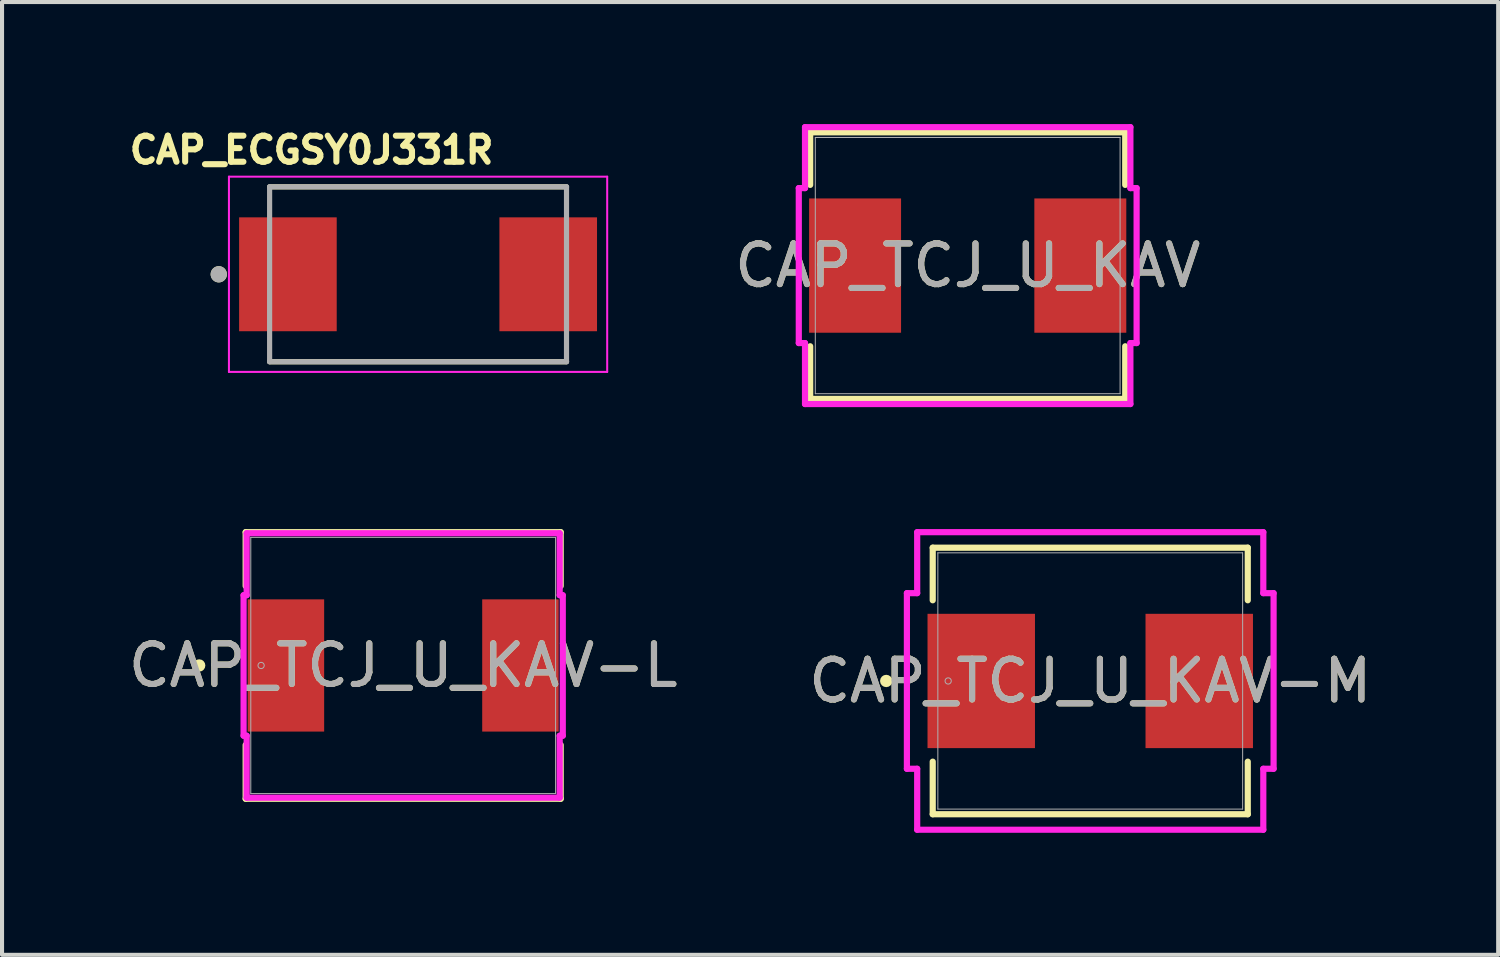
<source format=kicad_pcb>
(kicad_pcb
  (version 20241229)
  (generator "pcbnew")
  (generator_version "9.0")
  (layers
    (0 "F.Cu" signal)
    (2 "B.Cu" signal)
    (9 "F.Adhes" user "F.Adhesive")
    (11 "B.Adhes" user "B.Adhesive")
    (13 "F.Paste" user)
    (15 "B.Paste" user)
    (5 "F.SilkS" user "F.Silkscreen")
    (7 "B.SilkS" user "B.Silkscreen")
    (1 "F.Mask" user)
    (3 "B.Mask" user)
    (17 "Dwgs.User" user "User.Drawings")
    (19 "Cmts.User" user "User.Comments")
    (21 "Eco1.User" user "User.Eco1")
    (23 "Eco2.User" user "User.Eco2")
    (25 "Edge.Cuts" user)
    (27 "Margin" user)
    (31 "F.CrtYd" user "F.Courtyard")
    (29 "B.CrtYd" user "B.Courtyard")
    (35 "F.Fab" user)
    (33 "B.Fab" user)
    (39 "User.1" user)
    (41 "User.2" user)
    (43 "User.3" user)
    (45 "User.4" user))
  (footprint "CAP_ECGSY0J331R"
    (layer "F.Cu")
    (at 7.229 3.694)
    (property "Reference" "CAP_ECGSY0J331R" (at -2.618 -3.056 0) (layer "F.SilkS") (effects (font (size 0.64 0.64) (thickness 0.15))))
    (attr smd)
    (fp_line (start -3.65 -2.15) (end 3.65 -2.15) (stroke (width 0.127) (type solid)) (layer "F.SilkS"))
    (fp_line (start -3.65 2.15) (end 3.65 2.15) (stroke (width 0.127) (type solid)) (layer "F.SilkS"))
    (fp_circle (center -4.9 0) (end -4.8 0) (stroke (width 0.2) (type solid)) (fill no) (layer "F.SilkS"))
    (fp_line (start -4.65 -2.4) (end -4.65 2.4) (stroke (width 0.05) (type solid)) (layer "F.CrtYd"))
    (fp_line (start -4.65 2.4) (end 4.65 2.4) (stroke (width 0.05) (type solid)) (layer "F.CrtYd"))
    (fp_line (start 4.65 -2.4) (end -4.65 -2.4) (stroke (width 0.05) (type solid)) (layer "F.CrtYd"))
    (fp_line (start 4.65 2.4) (end 4.65 -2.4) (stroke (width 0.05) (type solid)) (layer "F.CrtYd"))
    (fp_line (start -3.65 -2.15) (end -3.65 2.15) (stroke (width 0.127) (type solid)) (layer "F.Fab"))
    (fp_line (start -3.65 -2.15) (end 3.65 -2.15) (stroke (width 0.127) (type solid)) (layer "F.Fab"))
    (fp_line (start -3.65 2.15) (end 3.65 2.15) (stroke (width 0.127) (type solid)) (layer "F.Fab"))
    (fp_line (start 3.65 -2.15) (end 3.65 2.15) (stroke (width 0.127) (type solid)) (layer "F.Fab"))
    (fp_circle (center -4.9 0) (end -4.8 0) (stroke (width 0.2) (type solid)) (fill no) (layer "F.Fab"))
    (pad "1" smd rect (at -3.2 0) (size 2.4 2.8) (layers "F.Cu" "F.Mask" "F.Paste"))
    (pad "2" smd rect (at 3.2 0) (size 2.4 2.8) (layers "F.Cu" "F.Mask" "F.Paste")))
  (footprint "CAP_TCJ_U_KAV-L"
    (layer "F.Cu")
    (at 6.863 13.312)
    (property "Reference" "CAP_TCJ_U_KAV-L" (at 0 0 0) (unlocked yes) (layer "F.SilkS") (effects (font (size 1 1) (thickness 0.15))))
    (attr smd)
    (fp_line (start -3.873 -3.277) (end -3.873 -1.954) (stroke (width 0.152) (type solid)) (layer "F.SilkS"))
    (fp_line (start -3.873 1.954) (end -3.873 3.277) (stroke (width 0.152) (type solid)) (layer "F.SilkS"))
    (fp_line (start -3.873 3.277) (end 3.873 3.277) (stroke (width 0.152) (type solid)) (layer "F.SilkS"))
    (fp_line (start 3.873 -3.277) (end -3.873 -3.277) (stroke (width 0.152) (type solid)) (layer "F.SilkS"))
    (fp_line (start 3.873 -1.954) (end 3.873 -3.277) (stroke (width 0.152) (type solid)) (layer "F.SilkS"))
    (fp_line (start 3.873 3.277) (end 3.873 1.954) (stroke (width 0.152) (type solid)) (layer "F.SilkS"))
    (fp_circle (center -5.016 0) (end -4.94 0) (stroke (width 0.152) (type solid)) (fill no) (layer "F.SilkS"))
    (fp_line (start -3.924 -1.727) (end -3.848 -1.727) (stroke (width 0.152) (type solid)) (layer "F.CrtYd"))
    (fp_line (start -3.924 1.727) (end -3.924 -1.727) (stroke (width 0.152) (type solid)) (layer "F.CrtYd"))
    (fp_line (start -3.848 -3.251) (end 3.848 -3.251) (stroke (width 0.152) (type solid)) (layer "F.CrtYd"))
    (fp_line (start -3.848 -1.727) (end -3.848 -3.251) (stroke (width 0.152) (type solid)) (layer "F.CrtYd"))
    (fp_line (start -3.848 1.727) (end -3.924 1.727) (stroke (width 0.152) (type solid)) (layer "F.CrtYd"))
    (fp_line (start -3.848 3.251) (end -3.848 1.727) (stroke (width 0.152) (type solid)) (layer "F.CrtYd"))
    (fp_line (start 3.848 -3.251) (end 3.848 -1.727) (stroke (width 0.152) (type solid)) (layer "F.CrtYd"))
    (fp_line (start 3.848 -1.727) (end 3.924 -1.727) (stroke (width 0.152) (type solid)) (layer "F.CrtYd"))
    (fp_line (start 3.848 1.727) (end 3.848 3.251) (stroke (width 0.152) (type solid)) (layer "F.CrtYd"))
    (fp_line (start 3.848 3.251) (end -3.848 3.251) (stroke (width 0.152) (type solid)) (layer "F.CrtYd"))
    (fp_line (start 3.924 -1.727) (end 3.924 1.727) (stroke (width 0.152) (type solid)) (layer "F.CrtYd"))
    (fp_line (start 3.924 1.727) (end 3.848 1.727) (stroke (width 0.152) (type solid)) (layer "F.CrtYd"))
    (fp_line (start -3.747 -3.15) (end -3.747 3.15) (stroke (width 0.025) (type solid)) (layer "F.Fab"))
    (fp_line (start -3.747 3.15) (end 3.747 3.15) (stroke (width 0.025) (type solid)) (layer "F.Fab"))
    (fp_line (start 3.747 -3.15) (end -3.747 -3.15) (stroke (width 0.025) (type solid)) (layer "F.Fab"))
    (fp_line (start 3.747 3.15) (end 3.747 -3.15) (stroke (width 0.025) (type solid)) (layer "F.Fab"))
    (fp_circle (center -3.493 0) (end -3.416 0) (stroke (width 0.025) (type solid)) (fill no) (layer "F.Fab"))
    (fp_text user "${REFERENCE}" (at 0 0 0) (unlocked yes) (layer "F.Fab") (effects (font (size 1 1) (thickness 0.15))))
    (pad "1" smd rect (at -2.883 0 90) (size 3.251 1.88) (layers "F.Cu" "F.Mask" "F.Paste"))
    (pad "2" smd rect (at 2.883 0 90) (size 3.251 1.88) (layers "F.Cu" "F.Mask" "F.Paste"))
    (zone (net_name "") (layer "F.Cu") (hatch full 0.508) (connect_pads) (min_thickness 0.254) (filled_areas_thickness no) (keepout (tracks not_allowed) (vias not_allowed) (pads allowed) (copperpour not_allowed) (footprints allowed)) (placement (enabled no)) (fill) (polygon (pts (xy 3.167 10.214) (xy 10.559 10.214) (xy 10.559 11.611) (xy 3.167 11.611))))
    (zone (net_name "") (layer "F.Cu") (hatch full 0.508) (connect_pads) (min_thickness 0.254) (filled_areas_thickness no) (keepout (tracks not_allowed) (vias not_allowed) (pads allowed) (copperpour not_allowed) (footprints allowed)) (placement (enabled no)) (fill) (polygon (pts (xy 3.167 15.014) (xy 10.559 15.014) (xy 10.559 16.411) (xy 3.167 16.411))))
    (zone (net_name "") (layer "F.Cu") (hatch full 0.508) (connect_pads) (min_thickness 0.254) (filled_areas_thickness no) (keepout (tracks not_allowed) (vias not_allowed) (pads allowed) (copperpour not_allowed) (footprints allowed)) (placement (enabled no)) (fill) (polygon (pts (xy 4.971 11.611) (xy 8.755 11.611) (xy 8.755 15.014) (xy 4.971 15.014)))))
  (footprint "CAP_TCJ_U_KAV"
    (layer "F.Cu")
    (at 20.743 3.48)
    (property "Reference" "CAP_TCJ_U_KAV" (at 0 0 0) (unlocked yes) (layer "F.SilkS") (effects (font (size 1 1) (thickness 0.15))))
    (attr smd)
    (fp_line (start -3.873 -3.277) (end -3.873 -1.984) (stroke (width 0.152) (type solid)) (layer "F.SilkS"))
    (fp_line (start -3.873 1.984) (end -3.873 3.277) (stroke (width 0.152) (type solid)) (layer "F.SilkS"))
    (fp_line (start -3.873 3.277) (end 3.873 3.277) (stroke (width 0.152) (type solid)) (layer "F.SilkS"))
    (fp_line (start 3.873 -3.277) (end -3.873 -3.277) (stroke (width 0.152) (type solid)) (layer "F.SilkS"))
    (fp_line (start 3.873 -1.984) (end 3.873 -3.277) (stroke (width 0.152) (type solid)) (layer "F.SilkS"))
    (fp_line (start 3.873 3.277) (end 3.873 1.984) (stroke (width 0.152) (type solid)) (layer "F.SilkS"))
    (fp_line (start -4.153 -1.905) (end -4 -1.905) (stroke (width 0.152) (type solid)) (layer "F.CrtYd"))
    (fp_line (start -4.153 1.905) (end -4.153 -1.905) (stroke (width 0.152) (type solid)) (layer "F.CrtYd"))
    (fp_line (start -4 -3.404) (end 4 -3.404) (stroke (width 0.152) (type solid)) (layer "F.CrtYd"))
    (fp_line (start -4 -1.905) (end -4 -3.404) (stroke (width 0.152) (type solid)) (layer "F.CrtYd"))
    (fp_line (start -4 1.905) (end -4.153 1.905) (stroke (width 0.152) (type solid)) (layer "F.CrtYd"))
    (fp_line (start -4 3.404) (end -4 1.905) (stroke (width 0.152) (type solid)) (layer "F.CrtYd"))
    (fp_line (start 4 -3.404) (end 4 -1.905) (stroke (width 0.152) (type solid)) (layer "F.CrtYd"))
    (fp_line (start 4 -1.905) (end 4.153 -1.905) (stroke (width 0.152) (type solid)) (layer "F.CrtYd"))
    (fp_line (start 4 1.905) (end 4 3.404) (stroke (width 0.152) (type solid)) (layer "F.CrtYd"))
    (fp_line (start 4 3.404) (end -4 3.404) (stroke (width 0.152) (type solid)) (layer "F.CrtYd"))
    (fp_line (start 4.153 -1.905) (end 4.153 1.905) (stroke (width 0.152) (type solid)) (layer "F.CrtYd"))
    (fp_line (start 4.153 1.905) (end 4 1.905) (stroke (width 0.152) (type solid)) (layer "F.CrtYd"))
    (fp_line (start -3.747 -3.15) (end -3.747 3.15) (stroke (width 0.025) (type solid)) (layer "F.Fab"))
    (fp_line (start -3.747 3.15) (end 3.747 3.15) (stroke (width 0.025) (type solid)) (layer "F.Fab"))
    (fp_line (start 3.747 -3.15) (end -3.747 -3.15) (stroke (width 0.025) (type solid)) (layer "F.Fab"))
    (fp_line (start 3.747 3.15) (end 3.747 -3.15) (stroke (width 0.025) (type solid)) (layer "F.Fab"))
    (fp_circle (center -3.493 0) (end -3.493 0) (stroke (width 0.025) (type solid)) (fill no) (layer "F.Fab"))
    (fp_text user "${REFERENCE}" (at 0 0 0) (unlocked yes) (layer "F.Fab") (effects (font (size 1 1) (thickness 0.15))))
    (pad "1" smd rect (at -2.769 0 90) (size 3.302 2.261) (layers "F.Cu" "F.Mask" "F.Paste"))
    (pad "2" smd rect (at 2.769 0 90) (size 3.302 2.261) (layers "F.Cu" "F.Mask" "F.Paste"))
    (zone (net_name "") (layer "F.Cu") (hatch full 0.508) (connect_pads) (min_thickness 0.254) (filled_areas_thickness no) (keepout (tracks not_allowed) (vias not_allowed) (pads allowed) (copperpour not_allowed) (footprints allowed)) (placement (enabled no)) (fill) (polygon (pts (xy 17.047 0.381) (xy 24.439 0.381) (xy 24.439 1.778) (xy 17.047 1.778))))
    (zone (net_name "") (layer "F.Cu") (hatch full 0.508) (connect_pads) (min_thickness 0.254) (filled_areas_thickness no) (keepout (tracks not_allowed) (vias not_allowed) (pads allowed) (copperpour not_allowed) (footprints allowed)) (placement (enabled no)) (fill) (polygon (pts (xy 17.047 5.182) (xy 24.439 5.182) (xy 24.439 6.579) (xy 17.047 6.579))))
    (zone (net_name "") (layer "F.Cu") (hatch full 0.508) (connect_pads) (min_thickness 0.254) (filled_areas_thickness no) (keepout (tracks not_allowed) (vias not_allowed) (pads allowed) (copperpour not_allowed) (footprints allowed)) (placement (enabled no)) (fill) (polygon (pts (xy 19.155 1.778) (xy 22.33 1.778) (xy 22.33 5.182) (xy 19.155 5.182)))))
  (footprint "CAP_TCJ_U_KAV-M"
    (layer "F.Cu")
    (at 23.756 13.693)
    (property "Reference" "CAP_TCJ_U_KAV-M" (at 0 0 0) (unlocked yes) (layer "F.SilkS") (effects (font (size 1 1) (thickness 0.15))))
    (attr smd)
    (fp_line (start -3.873 -3.277) (end -3.873 -1.984) (stroke (width 0.152) (type solid)) (layer "F.SilkS"))
    (fp_line (start -3.873 1.984) (end -3.873 3.277) (stroke (width 0.152) (type solid)) (layer "F.SilkS"))
    (fp_line (start -3.873 3.277) (end 3.873 3.277) (stroke (width 0.152) (type solid)) (layer "F.SilkS"))
    (fp_line (start 3.873 -3.277) (end -3.873 -3.277) (stroke (width 0.152) (type solid)) (layer "F.SilkS"))
    (fp_line (start 3.873 -1.984) (end 3.873 -3.277) (stroke (width 0.152) (type solid)) (layer "F.SilkS"))
    (fp_line (start 3.873 3.277) (end 3.873 1.984) (stroke (width 0.152) (type solid)) (layer "F.SilkS"))
    (fp_circle (center -5.016 0) (end -4.94 0) (stroke (width 0.152) (type solid)) (fill no) (layer "F.SilkS"))
    (fp_line (start -4.508 -2.159) (end -4.255 -2.159) (stroke (width 0.152) (type solid)) (layer "F.CrtYd"))
    (fp_line (start -4.508 2.159) (end -4.508 -2.159) (stroke (width 0.152) (type solid)) (layer "F.CrtYd"))
    (fp_line (start -4.255 -3.658) (end 4.255 -3.658) (stroke (width 0.152) (type solid)) (layer "F.CrtYd"))
    (fp_line (start -4.255 -2.159) (end -4.255 -3.658) (stroke (width 0.152) (type solid)) (layer "F.CrtYd"))
    (fp_line (start -4.255 2.159) (end -4.508 2.159) (stroke (width 0.152) (type solid)) (layer "F.CrtYd"))
    (fp_line (start -4.255 3.658) (end -4.255 2.159) (stroke (width 0.152) (type solid)) (layer "F.CrtYd"))
    (fp_line (start 4.255 -3.658) (end 4.255 -2.159) (stroke (width 0.152) (type solid)) (layer "F.CrtYd"))
    (fp_line (start 4.255 -2.159) (end 4.508 -2.159) (stroke (width 0.152) (type solid)) (layer "F.CrtYd"))
    (fp_line (start 4.255 2.159) (end 4.255 3.658) (stroke (width 0.152) (type solid)) (layer "F.CrtYd"))
    (fp_line (start 4.255 3.658) (end -4.255 3.658) (stroke (width 0.152) (type solid)) (layer "F.CrtYd"))
    (fp_line (start 4.508 -2.159) (end 4.508 2.159) (stroke (width 0.152) (type solid)) (layer "F.CrtYd"))
    (fp_line (start 4.508 2.159) (end 4.255 2.159) (stroke (width 0.152) (type solid)) (layer "F.CrtYd"))
    (fp_line (start -3.747 -3.15) (end -3.747 3.15) (stroke (width 0.025) (type solid)) (layer "F.Fab"))
    (fp_line (start -3.747 3.15) (end 3.747 3.15) (stroke (width 0.025) (type solid)) (layer "F.Fab"))
    (fp_line (start 3.747 -3.15) (end -3.747 -3.15) (stroke (width 0.025) (type solid)) (layer "F.Fab"))
    (fp_line (start 3.747 3.15) (end 3.747 -3.15) (stroke (width 0.025) (type solid)) (layer "F.Fab"))
    (fp_circle (center -3.493 0) (end -3.416 0) (stroke (width 0.025) (type solid)) (fill no) (layer "F.Fab"))
    (fp_text user "${REFERENCE}" (at 0 0 0) (unlocked yes) (layer "F.Fab") (effects (font (size 1 1) (thickness 0.15))))
    (pad "1" smd rect (at -2.68 0 90) (size 3.302 2.642) (layers "F.Cu" "F.Mask" "F.Paste"))
    (pad "2" smd rect (at 2.68 0 90) (size 3.302 2.642) (layers "F.Cu" "F.Mask" "F.Paste"))
    (zone (net_name "") (layer "F.Cu") (hatch full 0.508) (connect_pads) (min_thickness 0.254) (filled_areas_thickness no) (keepout (tracks not_allowed) (vias not_allowed) (pads allowed) (copperpour not_allowed) (footprints allowed)) (placement (enabled no)) (fill) (polygon (pts (xy 20.06 10.595) (xy 27.452 10.595) (xy 27.452 11.992) (xy 20.06 11.992))))
    (zone (net_name "") (layer "F.Cu") (hatch full 0.508) (connect_pads) (min_thickness 0.254) (filled_areas_thickness no) (keepout (tracks not_allowed) (vias not_allowed) (pads allowed) (copperpour not_allowed) (footprints allowed)) (placement (enabled no)) (fill) (polygon (pts (xy 20.06 15.395) (xy 27.452 15.395) (xy 27.452 16.792) (xy 20.06 16.792))))
    (zone (net_name "") (layer "F.Cu") (hatch full 0.508) (connect_pads) (min_thickness 0.254) (filled_areas_thickness no) (keepout (tracks not_allowed) (vias not_allowed) (pads allowed) (copperpour not_allowed) (footprints allowed)) (placement (enabled no)) (fill) (polygon (pts (xy 22.448 11.992) (xy 25.064 11.992) (xy 25.064 15.395) (xy 22.448 15.395)))))
  (gr_rect
    (start -3 -3)
    (end 33.786 20.427)
    (stroke (width 0.1) (type default))
    (fill no)
    (layer "Edge.Cuts")))
</source>
